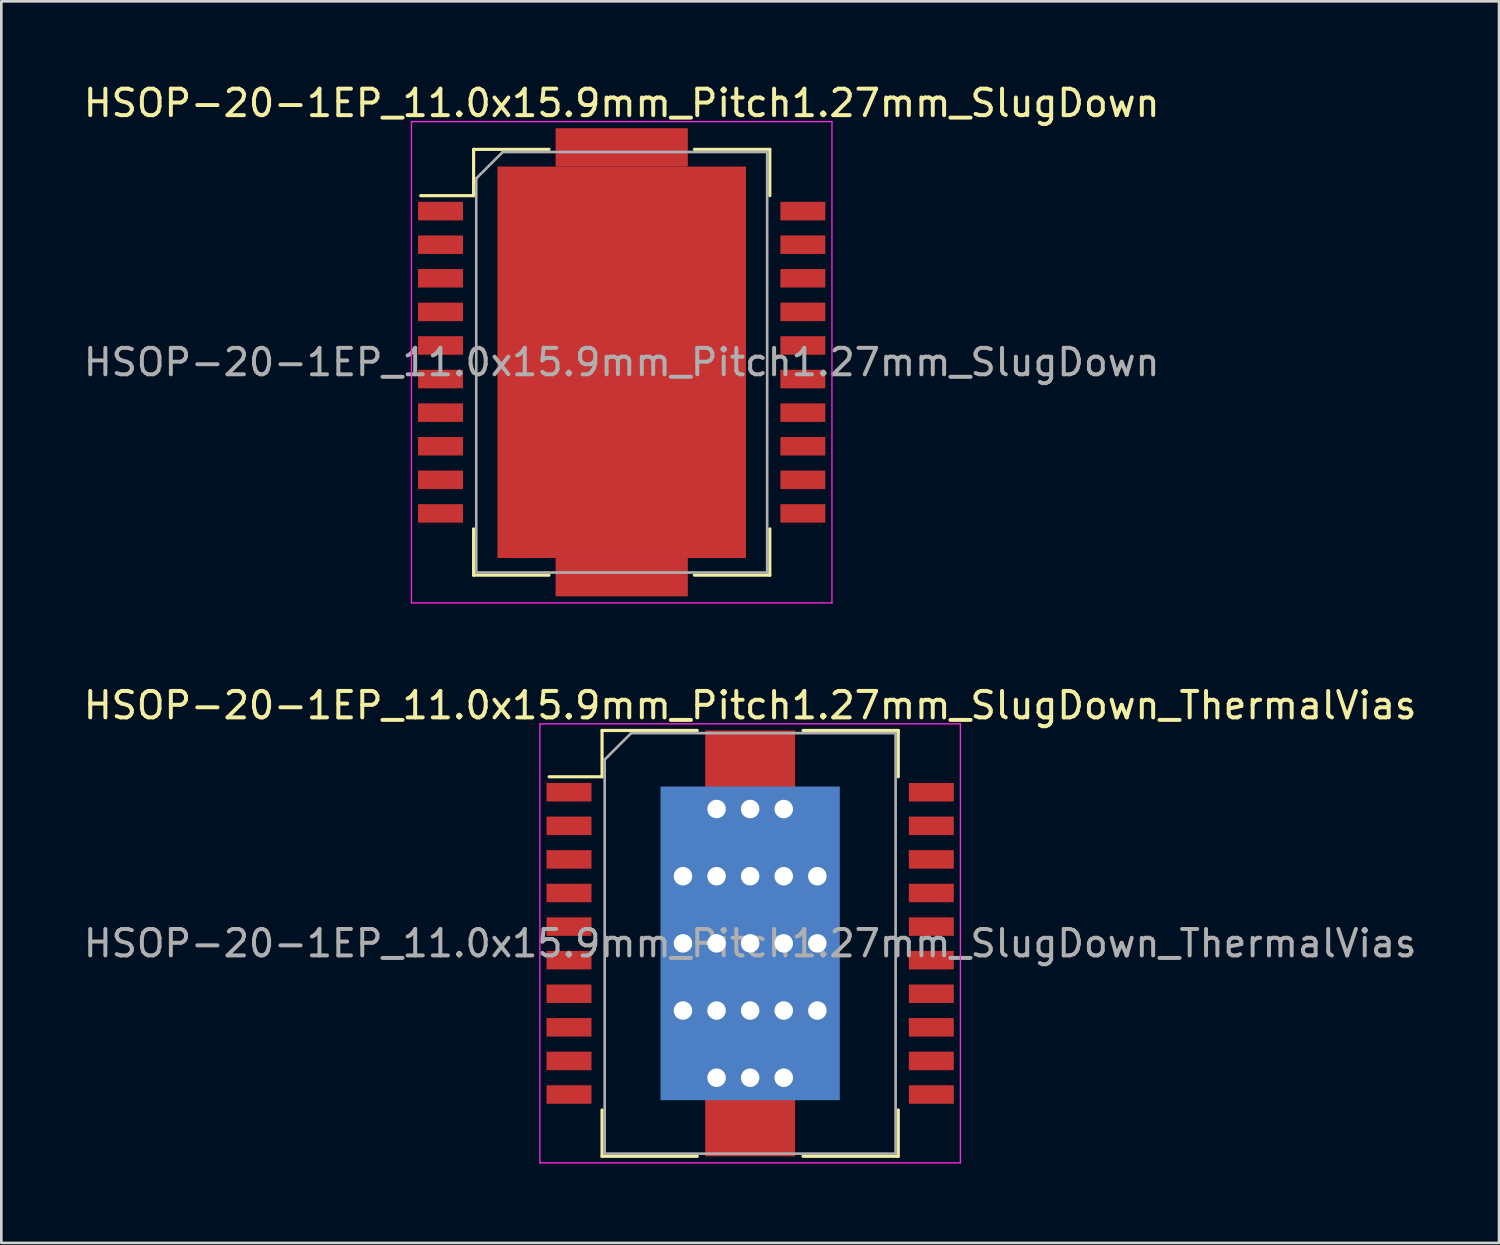
<source format=kicad_pcb>
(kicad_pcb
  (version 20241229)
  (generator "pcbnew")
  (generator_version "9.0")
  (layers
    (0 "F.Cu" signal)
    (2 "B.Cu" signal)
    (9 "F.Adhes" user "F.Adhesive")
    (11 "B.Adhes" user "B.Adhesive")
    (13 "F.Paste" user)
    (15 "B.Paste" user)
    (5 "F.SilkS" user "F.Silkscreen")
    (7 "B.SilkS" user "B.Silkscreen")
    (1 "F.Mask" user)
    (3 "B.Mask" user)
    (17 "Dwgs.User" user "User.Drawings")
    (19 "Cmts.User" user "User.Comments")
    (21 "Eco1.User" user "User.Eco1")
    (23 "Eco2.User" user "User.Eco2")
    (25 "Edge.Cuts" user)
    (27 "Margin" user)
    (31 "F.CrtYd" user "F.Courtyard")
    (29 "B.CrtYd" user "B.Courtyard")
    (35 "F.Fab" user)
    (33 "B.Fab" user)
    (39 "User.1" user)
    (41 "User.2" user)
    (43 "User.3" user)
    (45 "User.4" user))
  (footprint "HSOP-20-1EP_11.0x15.9mm_Pitch1.27mm_SlugDown"
    (layer "F.Cu")
    (at 20.458 10.648)
    (property "Reference" "HSOP-20-1EP_11.0x15.9mm_Pitch1.27mm_SlugDown" (at 0 -9.8 0) (layer "F.SilkS") (effects (font (size 1 1) (thickness 0.15))))
    (attr smd)
    (fp_line (start -5.6 -8.05) (end -5.6 -6.3) (stroke (width 0.12) (type solid)) (layer "F.SilkS"))
    (fp_line (start -5.6 -6.3) (end -7.6 -6.3) (stroke (width 0.12) (type solid)) (layer "F.SilkS"))
    (fp_line (start -5.6 8.05) (end -5.6 6.3) (stroke (width 0.12) (type solid)) (layer "F.SilkS"))
    (fp_line (start -2.75 -8.05) (end -5.6 -8.05) (stroke (width 0.12) (type solid)) (layer "F.SilkS"))
    (fp_line (start -2.75 8.05) (end -5.6 8.05) (stroke (width 0.12) (type solid)) (layer "F.SilkS"))
    (fp_line (start 5.6 -8.05) (end 2.75 -8.05) (stroke (width 0.12) (type solid)) (layer "F.SilkS"))
    (fp_line (start 5.6 -8.05) (end 5.6 -6.3) (stroke (width 0.12) (type solid)) (layer "F.SilkS"))
    (fp_line (start 5.6 8.05) (end 2.75 8.05) (stroke (width 0.12) (type solid)) (layer "F.SilkS"))
    (fp_line (start 5.6 8.05) (end 5.6 6.3) (stroke (width 0.12) (type solid)) (layer "F.SilkS"))
    (fp_line (start -7.95 -9.1) (end -7.95 9.1) (stroke (width 0.05) (type solid)) (layer "F.CrtYd"))
    (fp_line (start -7.95 -9.1) (end 7.95 -9.1) (stroke (width 0.05) (type solid)) (layer "F.CrtYd"))
    (fp_line (start 7.95 9.1) (end -7.95 9.1) (stroke (width 0.05) (type solid)) (layer "F.CrtYd"))
    (fp_line (start 7.95 9.1) (end 7.95 -9.1) (stroke (width 0.05) (type solid)) (layer "F.CrtYd"))
    (fp_line (start -5.5 -6.95) (end -5.5 7.95) (stroke (width 0.1) (type solid)) (layer "F.Fab"))
    (fp_line (start -5.5 7.95) (end 5.5 7.95) (stroke (width 0.1) (type solid)) (layer "F.Fab"))
    (fp_line (start -4.5 -7.95) (end -5.5 -6.95) (stroke (width 0.1) (type solid)) (layer "F.Fab"))
    (fp_line (start 5.5 -7.95) (end -4.5 -7.95) (stroke (width 0.1) (type solid)) (layer "F.Fab"))
    (fp_line (start 5.5 7.95) (end 5.5 -7.95) (stroke (width 0.1) (type solid)) (layer "F.Fab"))
    (fp_text user "${REFERENCE}" (at 0 0 0) (layer "F.Fab") (effects (font (size 1 1) (thickness 0.15))))
    (pad "1" smd rect (at -6.85 -5.715) (size 1.7 0.7) (layers "F.Cu" "F.Mask" "F.Paste"))
    (pad "2" smd rect (at -6.85 -4.445) (size 1.7 0.7) (layers "F.Cu" "F.Mask" "F.Paste"))
    (pad "3" smd rect (at -6.85 -3.175) (size 1.7 0.7) (layers "F.Cu" "F.Mask" "F.Paste"))
    (pad "4" smd rect (at -6.85 -1.905) (size 1.7 0.7) (layers "F.Cu" "F.Mask" "F.Paste"))
    (pad "5" smd rect (at -6.85 -0.635) (size 1.7 0.7) (layers "F.Cu" "F.Mask" "F.Paste"))
    (pad "6" smd rect (at -6.85 0.635) (size 1.7 0.7) (layers "F.Cu" "F.Mask" "F.Paste"))
    (pad "7" smd rect (at -6.85 1.905) (size 1.7 0.7) (layers "F.Cu" "F.Mask" "F.Paste"))
    (pad "8" smd rect (at -6.85 3.175) (size 1.7 0.7) (layers "F.Cu" "F.Mask" "F.Paste"))
    (pad "9" smd rect (at -6.85 4.445) (size 1.7 0.7) (layers "F.Cu" "F.Mask" "F.Paste"))
    (pad "10" smd rect (at -6.85 5.715) (size 1.7 0.7) (layers "F.Cu" "F.Mask" "F.Paste"))
    (pad "11" smd rect (at 6.85 5.715) (size 1.7 0.7) (layers "F.Cu" "F.Mask" "F.Paste"))
    (pad "12" smd rect (at 6.85 4.445) (size 1.7 0.7) (layers "F.Cu" "F.Mask" "F.Paste"))
    (pad "13" smd rect (at 6.85 3.175) (size 1.7 0.7) (layers "F.Cu" "F.Mask" "F.Paste"))
    (pad "14" smd rect (at 6.85 1.905) (size 1.7 0.7) (layers "F.Cu" "F.Mask" "F.Paste"))
    (pad "15" smd rect (at 6.85 0.635) (size 1.7 0.7) (layers "F.Cu" "F.Mask" "F.Paste"))
    (pad "16" smd rect (at 6.85 -0.635) (size 1.7 0.7) (layers "F.Cu" "F.Mask" "F.Paste"))
    (pad "17" smd rect (at 6.85 -1.905) (size 1.7 0.7) (layers "F.Cu" "F.Mask" "F.Paste"))
    (pad "18" smd rect (at 6.85 -3.175) (size 1.7 0.7) (layers "F.Cu" "F.Mask" "F.Paste"))
    (pad "19" smd rect (at 6.85 -4.445) (size 1.7 0.7) (layers "F.Cu" "F.Mask" "F.Paste"))
    (pad "20" smd rect (at 6.85 -5.715) (size 1.7 0.7) (layers "F.Cu" "F.Mask" "F.Paste"))
    (pad "21" smd rect (at 0 -8.125) (size 5 1.45) (layers "F.Cu" "F.Mask" "F.Paste"))
    (pad "21" smd rect (at 0 0) (size 9.4 14.8) (layers "F.Cu" "F.Mask" "F.Paste"))
    (pad "21" smd rect (at 0 8.125) (size 5 1.45) (layers "F.Cu" "F.Mask" "F.Paste")))
  (footprint "HSOP-20-1EP_11.0x15.9mm_Pitch1.27mm_SlugDown_ThermalVias"
    (layer "F.Cu")
    (at 25.315 32.621)
    (property "Reference" "HSOP-20-1EP_11.0x15.9mm_Pitch1.27mm_SlugDown_ThermalVias" (at 0 -9 0) (layer "F.SilkS") (effects (font (size 1 1) (thickness 0.15))))
    (attr smd)
    (fp_line (start -5.6 -8.05) (end -5.6 -6.3) (stroke (width 0.12) (type solid)) (layer "F.SilkS"))
    (fp_line (start -5.6 -6.3) (end -7.6 -6.3) (stroke (width 0.12) (type solid)) (layer "F.SilkS"))
    (fp_line (start -5.6 8.05) (end -5.6 6.3) (stroke (width 0.12) (type solid)) (layer "F.SilkS"))
    (fp_line (start -2 -8.05) (end -5.6 -8.05) (stroke (width 0.12) (type solid)) (layer "F.SilkS"))
    (fp_line (start -2 8.05) (end -5.6 8.05) (stroke (width 0.12) (type solid)) (layer "F.SilkS"))
    (fp_line (start 5.6 -8.05) (end 2 -8.05) (stroke (width 0.12) (type solid)) (layer "F.SilkS"))
    (fp_line (start 5.6 -8.05) (end 5.6 -6.3) (stroke (width 0.12) (type solid)) (layer "F.SilkS"))
    (fp_line (start 5.6 8.05) (end 2 8.05) (stroke (width 0.12) (type solid)) (layer "F.SilkS"))
    (fp_line (start 5.6 8.05) (end 5.6 6.3) (stroke (width 0.12) (type solid)) (layer "F.SilkS"))
    (fp_line (start -7.95 -8.3) (end -7.95 8.3) (stroke (width 0.05) (type solid)) (layer "F.CrtYd"))
    (fp_line (start -7.95 -8.3) (end 7.95 -8.3) (stroke (width 0.05) (type solid)) (layer "F.CrtYd"))
    (fp_line (start 7.95 8.3) (end -7.95 8.3) (stroke (width 0.05) (type solid)) (layer "F.CrtYd"))
    (fp_line (start 7.95 8.3) (end 7.95 -8.3) (stroke (width 0.05) (type solid)) (layer "F.CrtYd"))
    (fp_line (start -5.5 -6.95) (end -5.5 7.95) (stroke (width 0.1) (type solid)) (layer "F.Fab"))
    (fp_line (start -5.5 7.95) (end 5.5 7.95) (stroke (width 0.1) (type solid)) (layer "F.Fab"))
    (fp_line (start -4.5 -7.95) (end -5.5 -6.95) (stroke (width 0.1) (type solid)) (layer "F.Fab"))
    (fp_line (start 5.5 -7.95) (end -4.5 -7.95) (stroke (width 0.1) (type solid)) (layer "F.Fab"))
    (fp_line (start 5.5 7.95) (end 5.5 -7.95) (stroke (width 0.1) (type solid)) (layer "F.Fab"))
    (fp_text user "${REFERENCE}" (at 0 0 0) (layer "F.Fab") (effects (font (size 1 1) (thickness 0.15))))
    (pad "1" smd rect (at -6.85 -5.715) (size 1.7 0.7) (layers "F.Cu" "F.Mask" "F.Paste"))
    (pad "2" smd rect (at -6.85 -4.445) (size 1.7 0.7) (layers "F.Cu" "F.Mask" "F.Paste"))
    (pad "3" smd rect (at -6.85 -3.175) (size 1.7 0.7) (layers "F.Cu" "F.Mask" "F.Paste"))
    (pad "4" smd rect (at -6.85 -1.905) (size 1.7 0.7) (layers "F.Cu" "F.Mask" "F.Paste"))
    (pad "5" smd rect (at -6.85 -0.635) (size 1.7 0.7) (layers "F.Cu" "F.Mask" "F.Paste"))
    (pad "6" smd rect (at -6.85 0.635) (size 1.7 0.7) (layers "F.Cu" "F.Mask" "F.Paste"))
    (pad "7" smd rect (at -6.85 1.905) (size 1.7 0.7) (layers "F.Cu" "F.Mask" "F.Paste"))
    (pad "8" smd rect (at -6.85 3.175) (size 1.7 0.7) (layers "F.Cu" "F.Mask" "F.Paste"))
    (pad "9" smd rect (at -6.85 4.445) (size 1.7 0.7) (layers "F.Cu" "F.Mask" "F.Paste"))
    (pad "10" smd rect (at -6.85 5.715) (size 1.7 0.7) (layers "F.Cu" "F.Mask" "F.Paste"))
    (pad "11" smd rect (at 6.85 5.715) (size 1.7 0.7) (layers "F.Cu" "F.Mask" "F.Paste"))
    (pad "12" smd rect (at 6.85 4.445) (size 1.7 0.7) (layers "F.Cu" "F.Mask" "F.Paste"))
    (pad "13" smd rect (at 6.85 3.175) (size 1.7 0.7) (layers "F.Cu" "F.Mask" "F.Paste"))
    (pad "14" smd rect (at 6.85 1.905) (size 1.7 0.7) (layers "F.Cu" "F.Mask" "F.Paste"))
    (pad "15" smd rect (at 6.85 0.635) (size 1.7 0.7) (layers "F.Cu" "F.Mask" "F.Paste"))
    (pad "16" smd rect (at 6.85 -0.635) (size 1.7 0.7) (layers "F.Cu" "F.Mask" "F.Paste"))
    (pad "17" smd rect (at 6.85 -1.905) (size 1.7 0.7) (layers "F.Cu" "F.Mask" "F.Paste"))
    (pad "18" smd rect (at 6.85 -3.175) (size 1.7 0.7) (layers "F.Cu" "F.Mask" "F.Paste"))
    (pad "19" smd rect (at 6.85 -4.445) (size 1.7 0.7) (layers "F.Cu" "F.Mask" "F.Paste"))
    (pad "20" smd rect (at 6.85 -5.715) (size 1.7 0.7) (layers "F.Cu" "F.Mask" "F.Paste"))
    (pad "21" thru_hole circle (at -2.54 -2.54) (size 1 1) (drill 0.7) (layers "*.Cu" "*.Mask"))
    (pad "21" thru_hole circle (at -2.54 0) (size 1 1) (drill 0.7) (layers "*.Cu" "*.Mask"))
    (pad "21" thru_hole circle (at -2.54 2.54) (size 1 1) (drill 0.7) (layers "*.Cu" "*.Mask"))
    (pad "21" thru_hole circle (at -1.27 -5.08) (size 1 1) (drill 0.7) (layers "*.Cu" "*.Mask"))
    (pad "21" thru_hole circle (at -1.27 -2.54) (size 1 1) (drill 0.7) (layers "*.Cu" "*.Mask"))
    (pad "21" thru_hole circle (at -1.27 0) (size 1 1) (drill 0.7) (layers "*.Cu" "*.Mask"))
    (pad "21" thru_hole circle (at -1.27 2.54) (size 1 1) (drill 0.7) (layers "*.Cu" "*.Mask"))
    (pad "21" thru_hole circle (at -1.27 5.08) (size 1 1) (drill 0.7) (layers "*.Cu" "*.Mask"))
    (pad "21" smd rect (at 0 -6.843) (size 3.4 2.415) (layers "F.Cu" "F.Mask" "F.Paste"))
    (pad "21" thru_hole circle (at 0 -5.08) (size 1 1) (drill 0.7) (layers "*.Cu" "*.Mask"))
    (pad "21" thru_hole circle (at 0 -2.54) (size 1 1) (drill 0.7) (layers "*.Cu" "*.Mask"))
    (pad "21" thru_hole circle (at 0 0) (size 1 1) (drill 0.7) (layers "*.Cu" "*.Mask"))
    (pad "21" smd rect (at 0 0) (size 6.4 11.27) (layers "F.Cu" "F.Mask" "F.Paste"))
    (pad "21" smd rect (at 0 0) (size 6.78 11.86) (layers "B.Cu" "B.Mask"))
    (pad "21" thru_hole circle (at 0 2.54) (size 1 1) (drill 0.7) (layers "*.Cu" "*.Mask"))
    (pad "21" thru_hole circle (at 0 5.08) (size 1 1) (drill 0.7) (layers "*.Cu" "*.Mask"))
    (pad "21" smd rect (at 0 6.843) (size 3.4 2.415) (layers "F.Cu" "F.Mask" "F.Paste"))
    (pad "21" thru_hole circle (at 1.27 -5.08) (size 1 1) (drill 0.7) (layers "*.Cu" "*.Mask"))
    (pad "21" thru_hole circle (at 1.27 -2.54) (size 1 1) (drill 0.7) (layers "*.Cu" "*.Mask"))
    (pad "21" thru_hole circle (at 1.27 0) (size 1 1) (drill 0.7) (layers "*.Cu" "*.Mask"))
    (pad "21" thru_hole circle (at 1.27 2.54) (size 1 1) (drill 0.7) (layers "*.Cu" "*.Mask"))
    (pad "21" thru_hole circle (at 1.27 5.08) (size 1 1) (drill 0.7) (layers "*.Cu" "*.Mask"))
    (pad "21" thru_hole circle (at 2.54 -2.54) (size 1 1) (drill 0.7) (layers "*.Cu" "*.Mask"))
    (pad "21" thru_hole circle (at 2.54 0) (size 1 1) (drill 0.7) (layers "*.Cu" "*.Mask"))
    (pad "21" thru_hole circle (at 2.54 2.54) (size 1 1) (drill 0.7) (layers "*.Cu" "*.Mask")))
  (gr_rect
    (start -3 -3)
    (end 53.631 43.947)
    (stroke (width 0.1) (type default))
    (fill no)
    (layer "Edge.Cuts")))
</source>
